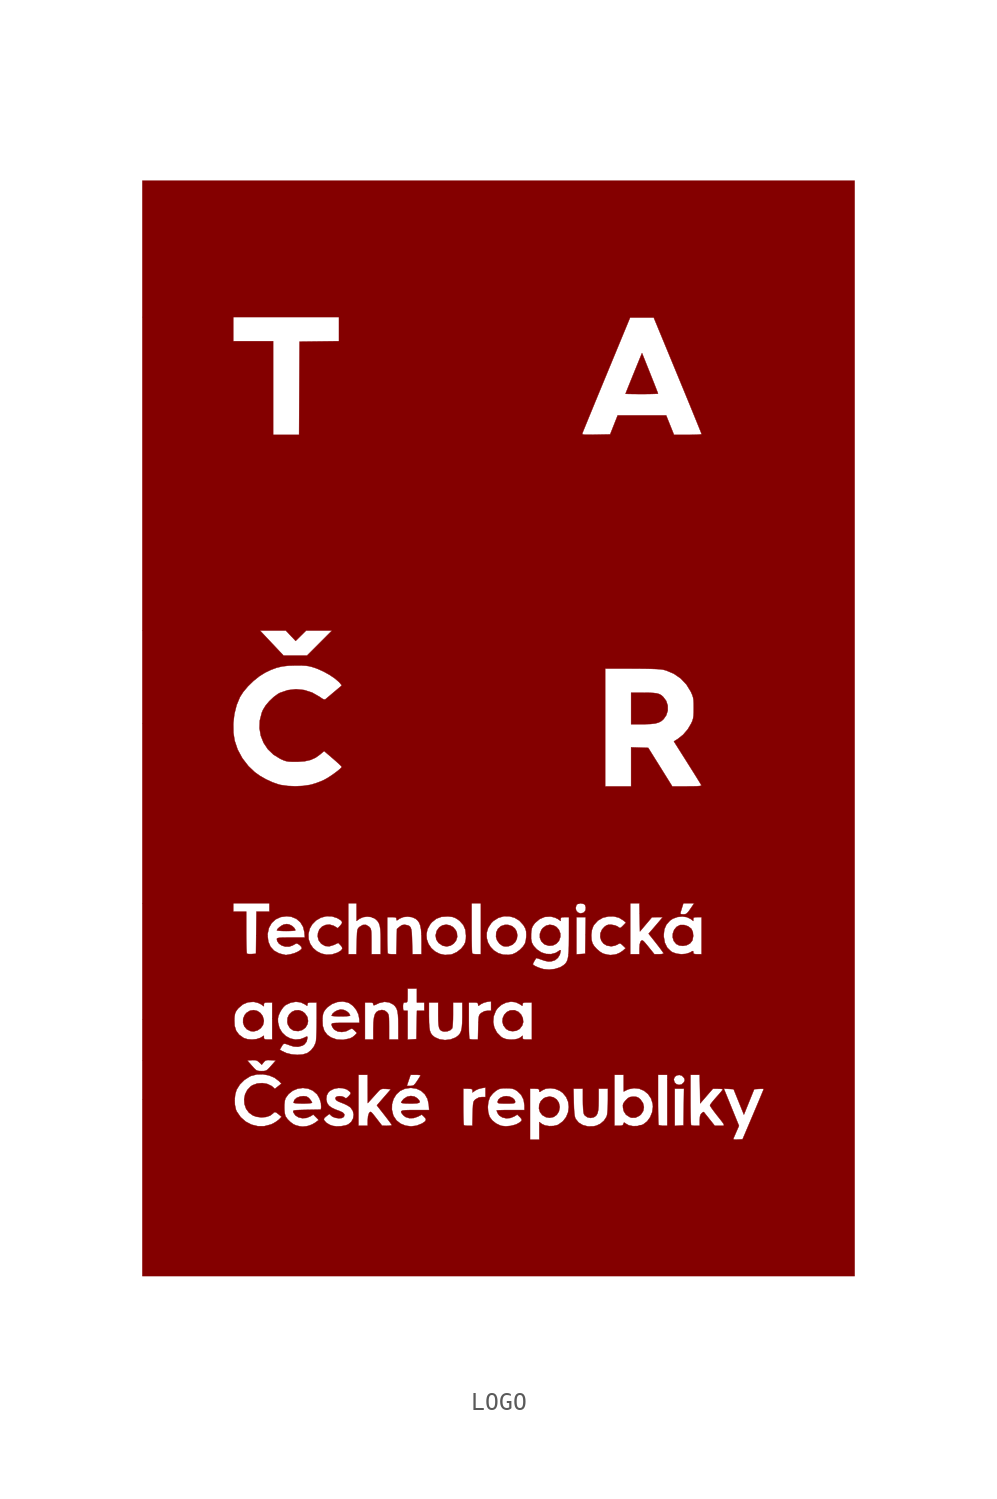
<source format=kicad_sym>
(kicad_symbol_lib
  (version 20210619)
  (generator bitmap2component)
  (symbol "LOGO"
    (pin_names
      (offset 1.016))
    (property "Reference" "#G"
      (at 0 30.189 0)
      (effects (font (size 1.27 1.27)) hide))
    (symbol "LOGO_0_0"
      (polyline (pts (xy 20.028 30.824) (xy -20.028 30.824) (xy -20.028 23.157) (xy -14.917 23.157) (xy -8.971 23.157) (xy -8.971 21.803) (xy -10.079 21.789) (xy -11.188 21.775) (xy -11.201 19.154) (xy -11.214 16.588) (xy 4.711 16.588) (xy 4.716 16.623) (xy 4.723 16.64) (xy 4.764 16.744) (xy 4.841 16.932) (xy 4.949 17.196) (xy 5.085 17.529) (xy 5.247 17.921) (xy 5.429 18.365) (xy 5.63 18.852) (xy 5.846 19.374) (xy 6.073 19.924) (xy 7.4 23.131) (xy 8.73 23.131) (xy 10.076 19.874) (xy 10.2 19.573) (xy 10.422 19.036) (xy 10.63 18.53) (xy 10.821 18.066) (xy 10.991 17.649) (xy 11.137 17.29) (xy 11.257 16.994) (xy 11.347 16.772) (xy 11.403 16.629) (xy 11.422 16.575) (xy 11.41 16.568) (xy 11.317 16.554) (xy 11.147 16.543) (xy 10.917 16.536) (xy 10.646 16.534) (xy 9.869 16.534) (xy 9.649 17.081) (xy 9.429 17.629) (xy 8.065 17.628) (xy 6.702 17.628) (xy 6.491 17.094) (xy 6.28 16.56) (xy 5.483 16.545) (xy 5.378 16.543) (xy 5.104 16.54) (xy 4.915 16.541) (xy 4.796 16.548) (xy 4.733 16.564) (xy 4.711 16.588) (xy -11.214 16.588) (xy -11.214 16.534) (xy -12.674 16.534) (xy -12.674 21.801) (xy -14.917 21.801) (xy -14.917 23.157) (xy -20.028 23.157) (xy -20.028 5.529) (xy -13.415 5.529) (xy -11.959 5.529) (xy -11.683 5.237) (xy -11.408 4.946) (xy -11.114 5.237) (xy -10.819 5.529) (xy -9.364 5.529) (xy -10.066 4.824) (xy -10.769 4.12) (xy -12.087 4.12) (xy -12.751 4.824) (xy -13.415 5.529) (xy -20.028 5.529) (xy -20.028 0.305) (xy -14.915 0.305) (xy -14.854 0.836) (xy -14.727 1.341) (xy -14.54 1.79) (xy -14.356 2.077) (xy -14.09 2.393) (xy -13.778 2.697) (xy -13.445 2.963) (xy -13.117 3.166) (xy -12.801 3.317) (xy -12.479 3.437) (xy -12.156 3.514) (xy -11.797 3.554) (xy -11.37 3.566) (xy -11.335 3.566) (xy -11.053 3.563) (xy -10.839 3.551) (xy -10.664 3.527) (xy -10.495 3.485) (xy -10.301 3.423) (xy -10.213 3.39) (xy 5.998 3.39) (xy 7.482 3.39) (xy 7.742 3.389) (xy 8.178 3.385) (xy 8.558 3.377) (xy 8.87 3.365) (xy 9.102 3.35) (xy 9.242 3.332) (xy 9.428 3.284) (xy 9.86 3.102) (xy 10.245 2.837) (xy 10.566 2.499) (xy 10.81 2.103) (xy 10.833 2.055) (xy 10.9 1.9) (xy 10.943 1.766) (xy 10.967 1.621) (xy 10.977 1.434) (xy 10.979 1.173) (xy 10.977 0.932) (xy 10.967 0.734) (xy 10.944 0.583) (xy 10.904 0.451) (xy 10.841 0.307) (xy 10.646 -0.024) (xy 10.381 -0.332) (xy 10.082 -0.569) (xy 9.864 -0.705) (xy 10.623 -1.904) (xy 10.628 -1.913) (xy 10.829 -2.232) (xy 11.012 -2.522) (xy 11.168 -2.773) (xy 11.291 -2.973) (xy 11.374 -3.109) (xy 11.408 -3.168) (xy 11.409 -3.173) (xy 11.387 -3.197) (xy 11.308 -3.215) (xy 11.158 -3.226) (xy 10.927 -3.232) (xy 10.602 -3.234) (xy 9.771 -3.234) (xy 9.096 -2.151) (xy 8.42 -1.069) (xy 7.458 -1.039) (xy 7.458 -3.234) (xy 5.998 -3.234) (xy 5.998 3.39) (xy -10.213 3.39) (xy -10.176 3.377) (xy -9.833 3.222) (xy -9.497 3.035) (xy -9.201 2.834) (xy -8.974 2.639) (xy -8.912 2.571) (xy -8.838 2.478) (xy -8.818 2.433) (xy -8.839 2.416) (xy -8.926 2.342) (xy -9.063 2.227) (xy -9.232 2.085) (xy -9.331 2.002) (xy -9.499 1.86) (xy -9.633 1.747) (xy -9.709 1.683) (xy -9.752 1.654) (xy -9.816 1.652) (xy -9.911 1.698) (xy -10.062 1.801) (xy -10.069 1.807) (xy -10.486 2.043) (xy -10.93 2.184) (xy -11.388 2.23) (xy -11.847 2.177) (xy -12.29 2.026) (xy -12.404 1.964) (xy -12.648 1.784) (xy -12.89 1.555) (xy -13.098 1.307) (xy -13.242 1.071) (xy -13.31 0.911) (xy -13.422 0.473) (xy -13.439 0.035) (xy -13.367 -0.389) (xy -13.208 -0.787) (xy -12.969 -1.145) (xy -12.654 -1.449) (xy -12.267 -1.686) (xy -12.256 -1.691) (xy -12.091 -1.765) (xy -11.953 -1.812) (xy -11.808 -1.838) (xy -11.625 -1.848) (xy -11.37 -1.85) (xy -11.286 -1.849) (xy -10.891 -1.82) (xy -10.565 -1.746) (xy -10.284 -1.619) (xy -10.024 -1.431) (xy -9.808 -1.246) (xy -9.311 -1.671) (xy -9.292 -1.687) (xy -9.106 -1.85) (xy -8.954 -1.989) (xy -8.852 -2.09) (xy -8.814 -2.139) (xy -8.831 -2.171) (xy -8.917 -2.258) (xy -9.059 -2.376) (xy -9.239 -2.511) (xy -9.435 -2.647) (xy -9.628 -2.77) (xy -9.798 -2.865) (xy -10.003 -2.957) (xy -10.271 -3.057) (xy -10.523 -3.133) (xy -10.601 -3.151) (xy -10.991 -3.209) (xy -11.426 -3.229) (xy -11.862 -3.21) (xy -12.257 -3.153) (xy -12.37 -3.124) (xy -12.712 -3.005) (xy -13.075 -2.837) (xy -13.42 -2.641) (xy -13.708 -2.434) (xy -14.065 -2.094) (xy -14.407 -1.651) (xy -14.669 -1.168) (xy -14.838 -0.665) (xy -14.907 -0.22) (xy -14.915 0.305) (xy -20.028 0.305) (xy -20.028 -9.805) (xy -14.917 -9.805) (xy -12.883 -9.805) (xy -8.449 -9.805) (xy -7.98 -9.805) (xy -1.512 -9.805) (xy -0.991 -9.805) (xy 7.406 -9.805) (xy 7.925 -9.805) (xy 7.936 -10.397) (xy 10.223 -10.397) (xy 10.23 -10.358) (xy 10.262 -10.242) (xy 10.31 -10.084) (xy 10.398 -9.805) (xy 11.009 -9.805) (xy 10.796 -10.118) (xy 10.783 -10.138) (xy 10.67 -10.295) (xy 10.585 -10.383) (xy 10.504 -10.422) (xy 10.403 -10.431) (xy 10.381 -10.431) (xy 10.268 -10.42) (xy 10.223 -10.397) (xy 7.936 -10.397) (xy 7.954 -11.393) (xy 8.632 -10.591) (xy 9.239 -10.588) (xy 9.092 -10.763) (xy 8.989 -10.884) (xy 8.844 -11.054) (xy 8.694 -11.229) (xy 8.443 -11.519) (xy 8.502 -11.594) (xy 9.29 -11.594) (xy 9.326 -11.272) (xy 9.444 -11.004) (xy 9.649 -10.778) (xy 9.806 -10.674) (xy 10.066 -10.58) (xy 10.342 -10.551) (xy 10.603 -10.59) (xy 10.819 -10.698) (xy 10.953 -10.804) (xy 10.953 -10.696) (xy 10.953 -10.684) (xy 10.972 -10.622) (xy 11.041 -10.594) (xy 11.188 -10.588) (xy 11.422 -10.588) (xy 11.422 -12.674) (xy 11.173 -12.674) (xy 11.033 -12.666) (xy 10.968 -12.635) (xy 10.953 -12.57) (xy 10.953 -12.54) (xy 10.941 -12.496) (xy 10.894 -12.506) (xy 10.783 -12.57) (xy 10.758 -12.584) (xy 10.543 -12.654) (xy 10.283 -12.674) (xy 10.019 -12.644) (xy 9.792 -12.566) (xy 9.702 -12.512) (xy 9.49 -12.305) (xy 9.353 -12.028) (xy 9.293 -11.684) (xy 9.29 -11.594) (xy 8.502 -11.594) (xy 8.863 -12.05) (xy 8.89 -12.085) (xy 9.044 -12.284) (xy 9.169 -12.452) (xy 9.253 -12.572) (xy 9.284 -12.628) (xy 9.267 -12.644) (xy 9.173 -12.666) (xy 9.025 -12.674) (xy 8.766 -12.674) (xy 8.431 -12.259) (xy 8.392 -12.21) (xy 8.253 -12.042) (xy 8.16 -11.941) (xy 8.098 -11.898) (xy 8.054 -11.9) (xy 8.012 -11.937) (xy 7.986 -11.974) (xy 7.942 -12.12) (xy 7.928 -12.352) (xy 7.928 -12.674) (xy 7.406 -12.674) (xy 7.406 -9.805) (xy -0.991 -9.805) (xy -0.991 -10.076) (xy 4.337 -10.076) (xy 4.383 -9.906) (xy 4.46 -9.839) (xy 4.597 -9.806) (xy 4.742 -9.82) (xy 4.851 -9.884) (xy 4.867 -9.906) (xy 4.912 -10.048) (xy 4.895 -10.199) (xy 4.821 -10.31) (xy 4.758 -10.347) (xy 4.602 -10.378) (xy 4.467 -10.33) (xy 4.371 -10.224) (xy 4.337 -10.076) (xy -0.991 -10.076) (xy -0.991 -11.748) (xy -0.666 -11.748) (xy -0.664 -11.467) (xy -0.58 -11.186) (xy -0.403 -10.918) (xy -0.282 -10.799) (xy -0.009 -10.628) (xy 0.292 -10.541) (xy 0.602 -10.539) (xy 0.902 -10.62) (xy 1.173 -10.783) (xy 1.395 -11.027) (xy 1.422 -11.068) (xy 1.512 -11.229) (xy 1.554 -11.384) (xy 1.565 -11.586) (xy 1.559 -11.717) (xy 1.547 -11.81) (xy 1.833 -11.81) (xy 1.834 -11.53) (xy 1.844 -11.394) (xy 1.871 -11.225) (xy 1.923 -11.097) (xy 2.013 -10.969) (xy 2.064 -10.908) (xy 2.316 -10.695) (xy 2.601 -10.575) (xy 2.907 -10.554) (xy 2.957 -10.56) (xy 3.171 -10.612) (xy 3.338 -10.692) (xy 3.494 -10.803) (xy 3.494 -10.695) (xy 3.495 -10.684) (xy 3.514 -10.622) (xy 3.583 -10.594) (xy 3.729 -10.588) (xy 3.964 -10.588) (xy 3.963 -11.696) (xy 3.963 -11.772) (xy 3.959 -12.185) (xy 3.948 -12.51) (xy 3.934 -12.68) (xy 4.381 -12.68) (xy 4.381 -10.588) (xy 4.905 -10.588) (xy 4.891 -11.589) (xy 5.216 -11.589) (xy 5.251 -11.314) (xy 5.334 -11.085) (xy 5.375 -11.019) (xy 5.594 -10.779) (xy 5.875 -10.618) (xy 6.201 -10.546) (xy 6.497 -10.549) (xy 6.774 -10.619) (xy 7.015 -10.767) (xy 7.171 -10.894) (xy 7.004 -11.064) (xy 6.932 -11.135) (xy 6.856 -11.194) (xy 6.8 -11.192) (xy 6.731 -11.138) (xy 6.697 -11.113) (xy 6.553 -11.053) (xy 6.374 -11.018) (xy 6.369 -11.017) (xy 6.2 -11.012) (xy 6.081 -11.046) (xy 5.96 -11.131) (xy 5.822 -11.285) (xy 5.732 -11.494) (xy 5.721 -11.709) (xy 5.782 -11.909) (xy 5.908 -12.076) (xy 6.093 -12.188) (xy 6.33 -12.226) (xy 6.366 -12.224) (xy 6.546 -12.19) (xy 6.694 -12.127) (xy 6.748 -12.092) (xy 6.823 -12.063) (xy 6.892 -12.091) (xy 6.995 -12.184) (xy 7.152 -12.335) (xy 6.995 -12.475) (xy 6.982 -12.486) (xy 6.816 -12.595) (xy 6.64 -12.67) (xy 6.509 -12.7) (xy 6.293 -12.721) (xy 6.128 -12.7) (xy 6.056 -12.681) (xy 5.931 -12.651) (xy 5.871 -12.631) (xy 5.707 -12.533) (xy 5.534 -12.386) (xy 5.383 -12.22) (xy 5.286 -12.063) (xy 5.232 -11.866) (xy 5.216 -11.589) (xy 4.891 -11.589) (xy 4.891 -11.618) (xy 4.877 -12.648) (xy 4.629 -12.664) (xy 4.381 -12.68) (xy 3.934 -12.68) (xy 3.927 -12.761) (xy 3.891 -12.95) (xy 3.838 -13.092) (xy 3.763 -13.201) (xy 3.664 -13.289) (xy 3.537 -13.371) (xy 3.454 -13.414) (xy 3.168 -13.504) (xy 2.849 -13.54) (xy 2.544 -13.514) (xy 2.43 -13.485) (xy 2.254 -13.425) (xy 2.093 -13.355) (xy 1.975 -13.289) (xy 1.93 -13.238) (xy 1.952 -13.174) (xy 2.02 -13.047) (xy 2.119 -12.89) (xy 2.156 -12.894) (xy 2.267 -12.927) (xy 2.424 -12.982) (xy 2.598 -13.041) (xy 2.801 -13.084) (xy 2.975 -13.074) (xy 3.159 -13.015) (xy 3.185 -13.003) (xy 3.339 -12.875) (xy 3.451 -12.69) (xy 3.494 -12.489) (xy 3.489 -12.449) (xy 3.451 -12.447) (xy 3.359 -12.512) (xy 3.22 -12.597) (xy 2.961 -12.668) (xy 2.681 -12.659) (xy 2.407 -12.572) (xy 2.165 -12.408) (xy 2.142 -12.386) (xy 1.974 -12.204) (xy 1.876 -12.023) (xy 1.833 -11.81) (xy 1.547 -11.81) (xy 1.534 -11.915) (xy 1.494 -12.063) (xy 1.383 -12.241) (xy 1.204 -12.425) (xy 0.998 -12.578) (xy 0.799 -12.67) (xy 0.584 -12.711) (xy 0.27 -12.701) (xy -0.013 -12.614) (xy -0.258 -12.462) (xy -0.454 -12.258) (xy -0.593 -12.016) (xy -0.666 -11.748) (xy -0.991 -11.748) (xy -0.991 -12.674) (xy -1.217 -12.674) (xy -1.275 -12.673) (xy -1.408 -12.661) (xy -1.478 -12.639) (xy -1.487 -12.579) (xy -1.495 -12.43) (xy -1.502 -12.203) (xy -1.508 -11.914) (xy -1.511 -11.577) (xy -1.512 -11.205) (xy -1.512 -9.805) (xy -7.98 -9.805) (xy -7.98 -10.799) (xy -7.819 -10.681) (xy -7.623 -10.59) (xy -7.385 -10.557) (xy -7.148 -10.583) (xy -7.138 -10.588) (xy -6.259 -10.588) (xy -5.998 -10.588) (xy -5.934 -10.588) (xy -5.808 -10.598) (xy -5.75 -10.63) (xy -5.737 -10.694) (xy -5.737 -10.721) (xy -5.726 -10.767) (xy -5.681 -10.755) (xy -5.577 -10.681) (xy -5.561 -10.67) (xy -5.356 -10.584) (xy -5.109 -10.557) (xy -4.863 -10.589) (xy -4.66 -10.679) (xy -4.559 -10.764) (xy -4.465 -10.89) (xy -4.399 -11.055) (xy -4.357 -11.274) (xy -4.337 -11.552) (xy -4.054 -11.552) (xy -3.993 -11.265) (xy -3.839 -10.987) (xy -3.746 -10.876) (xy -3.498 -10.677) (xy -3.205 -10.569) (xy -2.858 -10.547) (xy -2.789 -10.551) (xy -2.59 -10.576) (xy -2.438 -10.629) (xy -2.284 -10.722) (xy -2.177 -10.805) (xy -1.977 -11.03) (xy -1.863 -11.3) (xy -1.827 -11.631) (xy -1.834 -11.827) (xy -1.87 -12.008) (xy -1.943 -12.163) (xy -2.097 -12.359) (xy -2.339 -12.553) (xy -2.606 -12.674) (xy -2.694 -12.695) (xy -3.013 -12.716) (xy -3.307 -12.653) (xy -3.565 -12.521) (xy -3.778 -12.331) (xy -3.937 -12.098) (xy -4.032 -11.834) (xy -4.054 -11.552) (xy -4.337 -11.552) (xy -4.335 -11.566) (xy -4.329 -11.945) (xy -4.329 -12.674) (xy -4.843 -12.674) (xy -4.86 -11.945) (xy -4.865 -11.748) (xy -4.878 -11.481) (xy -4.902 -11.294) (xy -4.942 -11.17) (xy -5.004 -11.094) (xy -5.096 -11.051) (xy -5.223 -11.024) (xy -5.292 -11.016) (xy -5.426 -11.036) (xy -5.559 -11.125) (xy -5.711 -11.256) (xy -5.728 -11.965) (xy -5.745 -12.674) (xy -5.967 -12.674) (xy -6.022 -12.673) (xy -6.154 -12.661) (xy -6.224 -12.639) (xy -6.225 -12.638) (xy -6.236 -12.569) (xy -6.245 -12.413) (xy -6.252 -12.188) (xy -6.257 -11.91) (xy -6.259 -11.596) (xy -6.259 -10.588) (xy -7.138 -10.588) (xy -6.954 -10.67) (xy -6.925 -10.691) (xy -6.814 -10.793) (xy -6.733 -10.912) (xy -6.678 -11.065) (xy -6.645 -11.27) (xy -6.628 -11.544) (xy -6.624 -11.905) (xy -6.624 -12.674) (xy -7.145 -12.674) (xy -7.145 -11.93) (xy -7.147 -11.656) (xy -7.152 -11.464) (xy -7.164 -11.335) (xy -7.186 -11.25) (xy -7.222 -11.189) (xy -7.273 -11.133) (xy -7.283 -11.123) (xy -7.449 -11.023) (xy -7.626 -11.025) (xy -7.808 -11.131) (xy -7.829 -11.149) (xy -7.881 -11.201) (xy -7.917 -11.261) (xy -7.94 -11.348) (xy -7.955 -11.482) (xy -7.963 -11.681) (xy -7.971 -11.965) (xy -7.988 -12.674) (xy -8.449 -12.674) (xy -8.449 -9.805) (xy -12.883 -9.805) (xy -12.883 -10.275) (xy -13.611 -10.275) (xy -13.625 -11.461) (xy -13.627 -11.619) (xy -12.986 -11.619) (xy -12.982 -11.521) (xy -12.911 -11.193) (xy -12.758 -10.921) (xy -12.533 -10.713) (xy -12.247 -10.582) (xy -11.91 -10.536) (xy -11.651 -10.566) (xy -11.367 -10.682) (xy -11.141 -10.877) (xy -10.985 -11.137) (xy -10.911 -11.451) (xy -10.905 -11.533) (xy -10.691 -11.533) (xy -10.611 -11.225) (xy -10.477 -10.992) (xy -10.255 -10.769) (xy -9.985 -10.615) (xy -9.685 -10.536) (xy -9.378 -10.54) (xy -9.083 -10.636) (xy -9.036 -10.66) (xy -8.871 -10.762) (xy -8.797 -10.852) (xy -8.807 -10.945) (xy -8.893 -11.058) (xy -9.04 -11.211) (xy -9.218 -11.102) (xy -9.268 -11.074) (xy -9.494 -11.008) (xy -9.719 -11.027) (xy -9.919 -11.119) (xy -10.071 -11.276) (xy -10.152 -11.487) (xy -10.166 -11.67) (xy -10.119 -11.879) (xy -9.987 -12.06) (xy -9.953 -12.092) (xy -9.746 -12.211) (xy -9.51 -12.229) (xy -9.249 -12.148) (xy -9.013 -12.034) (xy -8.88 -12.167) (xy -8.804 -12.261) (xy -8.783 -12.367) (xy -8.854 -12.465) (xy -9.024 -12.57) (xy -9.051 -12.584) (xy -9.363 -12.686) (xy -9.67 -12.701) (xy -9.957 -12.639) (xy -10.214 -12.51) (xy -10.429 -12.324) (xy -10.588 -12.092) (xy -10.679 -11.825) (xy -10.691 -11.533) (xy -10.905 -11.533) (xy -10.888 -11.735) (xy -11.677 -11.735) (xy -11.913 -11.736) (xy -12.151 -11.739) (xy -12.311 -11.748) (xy -12.406 -11.763) (xy -12.453 -11.785) (xy -12.465 -11.817) (xy -12.445 -11.929) (xy -12.345 -12.077) (xy -12.183 -12.186) (xy -11.985 -12.246) (xy -11.776 -12.247) (xy -11.579 -12.18) (xy -11.475 -12.121) (xy -11.38 -12.07) (xy -11.372 -12.066) (xy -11.288 -12.087) (xy -11.184 -12.157) (xy -11.095 -12.248) (xy -11.057 -12.331) (xy -11.069 -12.366) (xy -11.154 -12.452) (xy -11.302 -12.541) (xy -11.486 -12.62) (xy -11.679 -12.673) (xy -11.792 -12.694) (xy -11.914 -12.714) (xy -11.964 -12.72) (xy -11.966 -12.719) (xy -12.031 -12.703) (xy -12.152 -12.677) (xy -12.342 -12.625) (xy -12.62 -12.475) (xy -12.822 -12.254) (xy -12.945 -11.968) (xy -12.986 -11.619) (xy -13.627 -11.619) (xy -13.639 -12.648) (xy -13.876 -12.663) (xy -13.944 -12.666) (xy -14.079 -12.661) (xy -14.149 -12.642) (xy -14.155 -12.625) (xy -14.165 -12.52) (xy -14.174 -12.334) (xy -14.18 -12.082) (xy -14.185 -11.778) (xy -14.187 -11.44) (xy -14.187 -10.275) (xy -14.917 -10.275) (xy -14.917 -9.805) (xy -20.028 -9.805) (xy -20.028 -16.346) (xy -14.856 -16.346) (xy -14.844 -16.169) (xy -14.816 -16.012) (xy -14.765 -15.891) (xy -14.678 -15.768) (xy -14.626 -15.706) (xy -14.374 -15.493) (xy -14.089 -15.374) (xy -13.783 -15.352) (xy -13.733 -15.358) (xy -13.519 -15.41) (xy -13.352 -15.49) (xy -13.195 -15.602) (xy -13.195 -15.494) (xy -13.195 -15.482) (xy -13.176 -15.421) (xy -13.107 -15.393) (xy -12.961 -15.386) (xy -12.726 -15.386) (xy -12.726 -16.29) (xy -12.405 -16.29) (xy -12.372 -16.133) (xy -12.291 -15.947) (xy -12.227 -15.83) (xy -12.115 -15.669) (xy -12.011 -15.562) (xy -11.95 -15.52) (xy -11.68 -15.395) (xy -11.396 -15.347) (xy -11.125 -15.378) (xy -10.893 -15.488) (xy -10.861 -15.511) (xy -10.779 -15.566) (xy -10.749 -15.559) (xy -10.744 -15.492) (xy -10.743 -15.466) (xy -10.718 -15.415) (xy -10.64 -15.391) (xy -10.483 -15.386) (xy -10.223 -15.386) (xy -10.223 -16.347) (xy -9.901 -16.347) (xy -9.889 -16.168) (xy -9.861 -16.012) (xy -9.81 -15.891) (xy -9.723 -15.768) (xy -9.622 -15.657) (xy -9.363 -15.473) (xy -9.068 -15.361) (xy -8.76 -15.331) (xy -8.482 -15.386) (xy -7.511 -15.386) (xy -7.276 -15.386) (xy -7.131 -15.393) (xy -7.059 -15.422) (xy -7.041 -15.482) (xy -7.037 -15.526) (xy -7.007 -15.545) (xy -6.929 -15.521) (xy -6.781 -15.45) (xy -6.7 -15.414) (xy -6.419 -15.351) (xy -6.152 -15.38) (xy -5.917 -15.502) (xy -5.91 -15.508) (xy -5.809 -15.604) (xy -5.798 -15.621) (xy -5.372 -15.621) (xy -5.372 -15.557) (xy -5.36 -15.444) (xy -5.322 -15.396) (xy -5.242 -15.386) (xy -5.196 -15.385) (xy -5.148 -15.367) (xy -5.123 -15.31) (xy -5.113 -15.194) (xy -5.111 -14.995) (xy -5.111 -14.604) (xy -4.59 -14.604) (xy -4.59 -15.386) (xy -4.173 -15.386) (xy -3.912 -15.386) (xy -3.39 -15.386) (xy -3.39 -16.091) (xy -3.386 -16.416) (xy -3.37 -16.654) (xy -3.338 -16.817) (xy -3.284 -16.922) (xy -3.206 -16.984) (xy -3.096 -17.017) (xy -3.056 -17.023) (xy -2.875 -17.009) (xy -2.711 -16.944) (xy -2.607 -16.844) (xy -2.604 -16.838) (xy -2.585 -16.74) (xy -2.57 -16.563) (xy -2.559 -16.331) (xy -2.556 -16.067) (xy -2.556 -15.386) (xy -2.034 -15.386) (xy -1.669 -15.386) (xy -1.408 -15.386) (xy -1.344 -15.386) (xy -1.218 -15.397) (xy -1.161 -15.428) (xy -1.147 -15.492) (xy -1.147 -15.514) (xy -1.139 -15.566) (xy -1.098 -15.558) (xy -0.999 -15.488) (xy -0.977 -15.473) (xy -0.814 -15.396) (xy -0.634 -15.349) (xy -0.417 -15.32) (xy -0.417 -15.855) (xy -0.623 -15.855) (xy -0.785 -15.876) (xy -0.975 -15.981) (xy -0.987 -15.992) (xy -1.043 -16.045) (xy -1.082 -16.104) (xy -1.106 -16.188) (xy -1.121 -16.317) (xy -1.13 -16.489) (xy -0.299 -16.489) (xy -0.272 -16.168) (xy -0.15 -15.854) (xy -0.041 -15.7) (xy 0.175 -15.512) (xy 0.431 -15.391) (xy 0.703 -15.342) (xy 0.97 -15.373) (xy 1.208 -15.488) (xy 1.239 -15.511) (xy 1.321 -15.566) (xy 1.352 -15.559) (xy 1.356 -15.492) (xy 1.357 -15.466) (xy 1.383 -15.415) (xy 1.461 -15.391) (xy 1.617 -15.386) (xy 1.878 -15.386) (xy 1.878 -17.472) (xy 1.617 -17.472) (xy 1.548 -17.472) (xy 1.424 -17.461) (xy 1.369 -17.429) (xy 1.356 -17.364) (xy 1.356 -17.256) (xy 1.219 -17.364) (xy 1.092 -17.427) (xy 0.881 -17.47) (xy 0.642 -17.476) (xy 0.413 -17.444) (xy 0.233 -17.375) (xy 0.139 -17.311) (xy -0.089 -17.08) (xy -0.236 -16.799) (xy -0.299 -16.489) (xy -1.13 -16.489) (xy -1.131 -16.511) (xy -1.139 -16.79) (xy -1.156 -17.472) (xy -1.378 -17.472) (xy -1.432 -17.471) (xy -1.565 -17.459) (xy -1.634 -17.438) (xy -1.635 -17.436) (xy -1.646 -17.367) (xy -1.655 -17.212) (xy -1.663 -16.987) (xy -1.667 -16.709) (xy -1.669 -16.394) (xy -1.669 -15.386) (xy -2.034 -15.386) (xy -2.034 -16.118) (xy -2.034 -16.215) (xy -2.042 -16.551) (xy -2.062 -16.804) (xy -2.102 -16.992) (xy -2.165 -17.132) (xy -2.257 -17.24) (xy -2.382 -17.336) (xy -2.426 -17.363) (xy -2.703 -17.469) (xy -3.009 -17.502) (xy -3.311 -17.461) (xy -3.574 -17.346) (xy -3.61 -17.322) (xy -3.722 -17.228) (xy -3.804 -17.117) (xy -3.858 -16.972) (xy -3.891 -16.775) (xy -3.907 -16.508) (xy -3.912 -16.155) (xy -3.912 -15.386) (xy -4.173 -15.386) (xy -4.173 -15.855) (xy -4.587 -15.855) (xy -4.616 -17.446) (xy -4.864 -17.462) (xy -5.111 -17.478) (xy -5.111 -15.855) (xy -5.242 -15.855) (xy -5.277 -15.854) (xy -5.34 -15.834) (xy -5.367 -15.765) (xy -5.372 -15.621) (xy -5.798 -15.621) (xy -5.735 -15.72) (xy -5.684 -15.872) (xy -5.653 -16.077) (xy -5.637 -16.352) (xy -5.633 -16.714) (xy -5.633 -17.472) (xy -6.154 -17.472) (xy -6.154 -16.728) (xy -6.156 -16.454) (xy -6.161 -16.262) (xy -6.173 -16.134) (xy -6.196 -16.049) (xy -6.231 -15.988) (xy -6.282 -15.931) (xy -6.401 -15.841) (xy -6.557 -15.807) (xy -6.753 -15.855) (xy -6.758 -15.857) (xy -6.869 -15.929) (xy -6.95 -16.054) (xy -7.003 -16.244) (xy -7.032 -16.512) (xy -7.041 -16.871) (xy -7.041 -17.472) (xy -7.511 -17.472) (xy -7.511 -15.386) (xy -8.482 -15.386) (xy -8.466 -15.389) (xy -8.402 -15.418) (xy -8.18 -15.578) (xy -7.997 -15.804) (xy -7.872 -16.067) (xy -7.825 -16.338) (xy -7.823 -16.534) (xy -8.718 -16.534) (xy -8.987 -16.535) (xy -9.173 -16.54) (xy -9.29 -16.55) (xy -9.355 -16.568) (xy -9.382 -16.596) (xy -9.388 -16.635) (xy -9.388 -16.641) (xy -9.351 -16.752) (xy -9.269 -16.875) (xy -9.223 -16.921) (xy -9.035 -17.02) (xy -8.806 -17.048) (xy -8.563 -17.003) (xy -8.332 -16.886) (xy -8.274 -16.857) (xy -8.202 -16.874) (xy -8.1 -16.963) (xy -7.959 -17.104) (xy -8.082 -17.235) (xy -8.212 -17.339) (xy -8.366 -17.414) (xy -8.739 -17.489) (xy -9.091 -17.471) (xy -9.414 -17.357) (xy -9.627 -17.208) (xy -9.795 -16.986) (xy -9.885 -16.701) (xy -9.901 -16.347) (xy -10.223 -16.347) (xy -10.223 -16.416) (xy -10.223 -16.434) (xy -10.226 -16.765) (xy -10.234 -17.07) (xy -10.245 -17.331) (xy -10.26 -17.528) (xy -10.277 -17.64) (xy -10.376 -17.861) (xy -10.544 -18.077) (xy -10.746 -18.229) (xy -10.766 -18.239) (xy -11.015 -18.313) (xy -11.316 -18.334) (xy -11.635 -18.306) (xy -11.936 -18.231) (xy -12.188 -18.113) (xy -12.301 -18.039) (xy -12.193 -17.856) (xy -12.142 -17.773) (xy -12.088 -17.717) (xy -12.015 -17.705) (xy -11.898 -17.736) (xy -11.709 -17.806) (xy -11.516 -17.864) (xy -11.271 -17.879) (xy -11.029 -17.814) (xy -10.919 -17.749) (xy -10.79 -17.585) (xy -10.744 -17.37) (xy -10.745 -17.341) (xy -10.76 -17.304) (xy -10.816 -17.314) (xy -10.938 -17.374) (xy -11.133 -17.447) (xy -11.421 -17.474) (xy -11.701 -17.416) (xy -11.955 -17.281) (xy -12.167 -17.08) (xy -12.32 -16.823) (xy -12.397 -16.52) (xy -12.401 -16.474) (xy -12.405 -16.29) (xy -12.726 -16.29) (xy -12.726 -17.472) (xy -12.961 -17.472) (xy -12.988 -17.472) (xy -13.121 -17.463) (xy -13.181 -17.431) (xy -13.195 -17.364) (xy -13.195 -17.255) (xy -13.371 -17.364) (xy -13.401 -17.38) (xy -13.609 -17.448) (xy -13.861 -17.473) (xy -14.112 -17.454) (xy -14.317 -17.39) (xy -14.341 -17.377) (xy -14.59 -17.199) (xy -14.755 -16.976) (xy -14.841 -16.696) (xy -14.856 -16.346) (xy -20.028 -16.346) (xy -20.028 -18.646) (xy -14.131 -18.646) (xy -13.865 -18.63) (xy -13.833 -18.628) (xy -13.671 -18.631) (xy -13.56 -18.667) (xy -13.456 -18.751) (xy -13.313 -18.887) (xy -13.205 -18.751) (xy -13.164 -18.702) (xy -13.088 -18.646) (xy -12.982 -18.626) (xy -12.809 -18.63) (xy -12.521 -18.646) (xy -12.784 -18.946) (xy -12.884 -19.058) (xy -12.991 -19.165) (xy -13.08 -19.221) (xy -13.182 -19.242) (xy -13.326 -19.246) (xy -13.431 -19.244) (xy -13.543 -19.23) (xy -13.633 -19.187) (xy -13.731 -19.098) (xy -13.868 -18.946) (xy -14.131 -18.646) (xy -20.028 -18.646) (xy -20.028 -20.841) (xy -14.837 -20.841) (xy -14.804 -20.542) (xy -14.726 -20.285) (xy -14.725 -20.285) (xy -14.545 -19.998) (xy -14.289 -19.743) (xy -13.985 -19.548) (xy -13.914 -19.517) (xy -13.592 -19.434) (xy -13.246 -19.426) (xy -13.092 -19.454) (xy -7.876 -19.454) (xy -7.354 -19.454) (xy -7.353 -20.08) (xy -5.157 -20.08) (xy -5.051 -19.767) (xy -4.945 -19.454) (xy -4.663 -19.454) (xy 6.519 -19.454) (xy 7.041 -19.454) (xy 8.971 -19.454) (xy 9.492 -19.454) (xy 10.796 -19.454) (xy 11.315 -19.454) (xy 11.329 -20.231) (xy 12.67 -20.231) (xy 12.946 -20.247) (xy 13.222 -20.263) (xy 13.511 -20.979) (xy 13.801 -21.695) (xy 14.379 -20.263) (xy 14.648 -20.247) (xy 14.749 -20.242) (xy 14.87 -20.243) (xy 14.917 -20.253) (xy 14.915 -20.258) (xy 14.885 -20.334) (xy 14.821 -20.489) (xy 14.728 -20.714) (xy 14.61 -20.995) (xy 14.473 -21.32) (xy 14.322 -21.677) (xy 13.727 -23.079) (xy 13.454 -23.095) (xy 13.297 -23.099) (xy 13.218 -23.083) (xy 13.209 -23.043) (xy 13.242 -22.966) (xy 13.303 -22.824) (xy 13.38 -22.648) (xy 13.523 -22.322) (xy 13.167 -21.449) (xy 13.068 -21.204) (xy 12.955 -20.927) (xy 12.857 -20.688) (xy 12.784 -20.507) (xy 12.741 -20.403) (xy 12.67 -20.231) (xy 11.329 -20.231) (xy 11.33 -20.257) (xy 11.344 -21.061) (xy 11.701 -20.648) (xy 12.057 -20.236) (xy 12.34 -20.236) (xy 12.453 -20.239) (xy 12.575 -20.251) (xy 12.622 -20.269) (xy 12.604 -20.299) (xy 12.528 -20.394) (xy 12.408 -20.536) (xy 12.257 -20.706) (xy 12.145 -20.833) (xy 12.014 -20.991) (xy 11.925 -21.11) (xy 11.892 -21.172) (xy 11.919 -21.23) (xy 12.001 -21.352) (xy 12.123 -21.519) (xy 12.272 -21.713) (xy 12.298 -21.745) (xy 12.479 -21.973) (xy 12.601 -22.132) (xy 12.667 -22.233) (xy 12.682 -22.291) (xy 12.648 -22.317) (xy 12.569 -22.323) (xy 12.448 -22.323) (xy 12.164 -22.323) (xy 11.862 -21.945) (xy 11.791 -21.855) (xy 11.669 -21.703) (xy 11.582 -21.593) (xy 11.544 -21.545) (xy 11.504 -21.556) (xy 11.422 -21.618) (xy 11.36 -21.7) (xy 11.327 -21.823) (xy 11.318 -22.018) (xy 11.318 -22.323) (xy 11.092 -22.323) (xy 11.034 -22.322) (xy 10.9 -22.309) (xy 10.831 -22.288) (xy 10.831 -22.288) (xy 10.822 -22.228) (xy 10.813 -22.078) (xy 10.806 -21.852) (xy 10.801 -21.563) (xy 10.797 -21.226) (xy 10.796 -20.854) (xy 10.796 -19.454) (xy 9.492 -19.454) (xy 9.492 -19.728) (xy 9.857 -19.728) (xy 9.859 -19.694) (xy 9.917 -19.562) (xy 10.032 -19.483) (xy 10.176 -19.462) (xy 10.317 -19.505) (xy 10.427 -19.618) (xy 10.464 -19.694) (xy 10.471 -19.783) (xy 10.414 -19.892) (xy 10.295 -19.996) (xy 10.149 -20.024) (xy 10.008 -19.983) (xy 9.9 -19.881) (xy 9.857 -19.728) (xy 9.492 -19.728) (xy 9.492 -22.323) (xy 9.266 -22.323) (xy 9.208 -22.322) (xy 9.075 -22.309) (xy 9.006 -22.288) (xy 8.996 -22.228) (xy 8.988 -22.078) (xy 8.981 -21.852) (xy 8.976 -21.563) (xy 8.972 -21.226) (xy 8.971 -20.854) (xy 8.971 -19.454) (xy 7.041 -19.454) (xy 7.041 -20.396) (xy 7.186 -20.321) (xy 7.319 -20.263) (xy 7.62 -20.204) (xy 7.914 -20.235) (xy 8.183 -20.349) (xy 8.411 -20.535) (xy 8.58 -20.785) (xy 8.675 -21.091) (xy 8.686 -21.259) (xy 8.643 -21.558) (xy 8.53 -21.839) (xy 8.359 -22.075) (xy 8.145 -22.239) (xy 8.067 -22.274) (xy 7.848 -22.328) (xy 9.91 -22.328) (xy 9.91 -20.236) (xy 10.433 -20.236) (xy 10.419 -21.267) (xy 10.405 -22.297) (xy 10.157 -22.313) (xy 9.91 -22.328) (xy 7.848 -22.328) (xy 7.82 -22.335) (xy 7.562 -22.342) (xy 7.327 -22.295) (xy 7.15 -22.196) (xy 7.101 -22.154) (xy 7.054 -22.144) (xy 7.027 -22.216) (xy 6.993 -22.281) (xy 6.913 -22.314) (xy 6.759 -22.323) (xy 6.519 -22.323) (xy 6.519 -19.454) (xy -4.663 -19.454) (xy -4.55 -19.456) (xy -4.428 -19.466) (xy -4.381 -19.481) (xy -4.406 -19.532) (xy -4.474 -19.644) (xy -4.571 -19.794) (xy -4.572 -19.796) (xy -4.68 -19.95) (xy -4.763 -20.036) (xy -4.846 -20.072) (xy -4.959 -20.08) (xy -5.157 -20.08) (xy -7.353 -20.08) (xy -7.353 -20.25) (xy -7.351 -21.045) (xy -7.183 -20.861) (xy -7.12 -20.791) (xy -6.966 -20.621) (xy -6.817 -20.454) (xy -6.7 -20.329) (xy -6.608 -20.264) (xy -6.5 -20.242) (xy -6.334 -20.247) (xy -6.049 -20.263) (xy -6.445 -20.718) (xy -6.84 -21.173) (xy -6.65 -21.415) (xy -5.997 -21.415) (xy -5.989 -21.103) (xy -5.902 -20.81) (xy -5.746 -20.555) (xy -5.527 -20.356) (xy -5.252 -20.232) (xy -4.935 -20.188) (xy -4.625 -20.229) (xy -4.609 -20.236) (xy -1.982 -20.236) (xy -1.721 -20.236) (xy -1.657 -20.237) (xy -1.531 -20.247) (xy -1.474 -20.279) (xy -1.46 -20.342) (xy -1.46 -20.448) (xy -1.317 -20.344) (xy -1.291 -20.327) (xy -1.131 -20.253) (xy -0.952 -20.205) (xy -0.73 -20.171) (xy -0.73 -20.706) (xy -0.936 -20.706) (xy -1.098 -20.727) (xy -1.288 -20.832) (xy -1.3 -20.842) (xy -1.356 -20.896) (xy -1.395 -20.955) (xy -1.419 -21.039) (xy -1.434 -21.168) (xy -1.439 -21.266) (xy -0.602 -21.266) (xy -0.572 -20.976) (xy -0.49 -20.732) (xy -0.452 -20.669) (xy -0.317 -20.505) (xy -0.16 -20.367) (xy -0.037 -20.287) (xy 0.083 -20.238) (xy 0.228 -20.215) (xy 0.438 -20.21) (xy 0.603 -20.213) (xy 0.768 -20.232) (xy 0.782 -20.236) (xy 1.773 -20.236) (xy 2.034 -20.236) (xy 2.098 -20.237) (xy 2.224 -20.247) (xy 2.282 -20.279) (xy 2.295 -20.342) (xy 2.295 -20.37) (xy 2.306 -20.416) (xy 2.351 -20.404) (xy 2.454 -20.33) (xy 2.659 -20.235) (xy 2.916 -20.206) (xy 3.129 -20.236) (xy 4.215 -20.236) (xy 4.746 -20.236) (xy 4.746 -20.886) (xy 4.749 -21.116) (xy 4.761 -21.367) (xy 4.781 -21.558) (xy 4.806 -21.667) (xy 4.853 -21.739) (xy 4.998 -21.842) (xy 5.178 -21.881) (xy 5.356 -21.844) (xy 5.425 -21.805) (xy 5.512 -21.725) (xy 5.572 -21.609) (xy 5.608 -21.44) (xy 5.627 -21.201) (xy 5.632 -20.875) (xy 5.633 -20.236) (xy 6.154 -20.236) (xy 6.153 -20.875) (xy 6.149 -21.123) (xy 6.139 -21.378) (xy 6.123 -21.588) (xy 6.104 -21.723) (xy 6.068 -21.828) (xy 5.93 -22.037) (xy 5.729 -22.21) (xy 5.494 -22.319) (xy 5.333 -22.352) (xy 5.024 -22.356) (xy 4.742 -22.283) (xy 4.508 -22.142) (xy 4.34 -21.937) (xy 4.312 -21.874) (xy 4.282 -21.753) (xy 4.26 -21.579) (xy 4.245 -21.336) (xy 4.234 -21.006) (xy 4.215 -20.236) (xy 3.129 -20.236) (xy 3.19 -20.245) (xy 3.451 -20.354) (xy 3.618 -20.476) (xy 3.806 -20.706) (xy 3.918 -20.975) (xy 3.955 -21.265) (xy 3.917 -21.557) (xy 3.805 -21.832) (xy 3.621 -22.071) (xy 3.364 -22.258) (xy 3.314 -22.28) (xy 3.098 -22.333) (xy 2.854 -22.34) (xy 2.625 -22.304) (xy 2.45 -22.226) (xy 2.295 -22.111) (xy 2.295 -23.105) (xy 1.773 -23.105) (xy 1.773 -20.236) (xy 0.782 -20.236) (xy 0.898 -20.275) (xy 1.033 -20.354) (xy 1.054 -20.368) (xy 1.276 -20.584) (xy 1.413 -20.856) (xy 1.46 -21.173) (xy 1.46 -21.436) (xy 0.678 -21.436) (xy 0.538 -21.436) (xy 0.284 -21.439) (xy 0.08 -21.445) (xy -0.055 -21.451) (xy -0.104 -21.46) (xy -0.087 -21.514) (xy -0.042 -21.62) (xy 0.042 -21.739) (xy 0.215 -21.85) (xy 0.43 -21.901) (xy 0.661 -21.885) (xy 0.88 -21.798) (xy 1.056 -21.69) (xy 1.205 -21.833) (xy 1.222 -21.849) (xy 1.3 -21.95) (xy 1.301 -22.035) (xy 1.217 -22.119) (xy 1.041 -22.22) (xy 0.95 -22.259) (xy 0.689 -22.327) (xy 0.411 -22.352) (xy 0.169 -22.326) (xy 0.106 -22.308) (xy -0.14 -22.189) (xy -0.354 -22.017) (xy -0.5 -21.819) (xy -0.506 -21.807) (xy -0.58 -21.558) (xy -0.602 -21.266) (xy -1.439 -21.266) (xy -1.444 -21.362) (xy -1.452 -21.64) (xy -1.469 -22.323) (xy -1.69 -22.323) (xy -1.745 -22.322) (xy -1.878 -22.31) (xy -1.947 -22.288) (xy -1.948 -22.287) (xy -1.959 -22.217) (xy -1.968 -22.062) (xy -1.975 -21.837) (xy -1.98 -21.559) (xy -1.982 -21.245) (xy -1.982 -20.236) (xy -4.609 -20.236) (xy -4.356 -20.353) (xy -4.14 -20.55) (xy -3.991 -20.811) (xy -3.921 -21.128) (xy -3.899 -21.436) (xy -4.688 -21.436) (xy -4.984 -21.438) (xy -5.226 -21.445) (xy -5.381 -21.463) (xy -5.463 -21.495) (xy -5.479 -21.547) (xy -5.44 -21.622) (xy -5.357 -21.725) (xy -5.229 -21.828) (xy -5.016 -21.894) (xy -4.775 -21.888) (xy -4.533 -21.805) (xy -4.315 -21.692) (xy -4.192 -21.808) (xy -4.109 -21.898) (xy -4.079 -21.993) (xy -4.137 -22.083) (xy -4.29 -22.187) (xy -4.304 -22.195) (xy -4.606 -22.316) (xy -4.92 -22.354) (xy -5.226 -22.315) (xy -5.504 -22.203) (xy -5.735 -22.023) (xy -5.898 -21.781) (xy -5.92 -21.729) (xy -5.997 -21.415) (xy -6.65 -21.415) (xy -6.42 -21.709) (xy -6.391 -21.746) (xy -6.238 -21.945) (xy -6.113 -22.112) (xy -6.029 -22.23) (xy -5.999 -22.284) (xy -6.02 -22.299) (xy -6.119 -22.315) (xy -6.272 -22.321) (xy -6.546 -22.319) (xy -6.868 -21.903) (xy -6.942 -21.807) (xy -7.064 -21.654) (xy -7.144 -21.568) (xy -7.195 -21.538) (xy -7.233 -21.554) (xy -7.272 -21.604) (xy -7.287 -21.627) (xy -7.336 -21.79) (xy -7.354 -22.021) (xy -7.354 -22.323) (xy -7.876 -22.323) (xy -7.876 -19.454) (xy -13.092 -19.454) (xy -12.905 -19.488) (xy -12.596 -19.617) (xy -12.346 -19.807) (xy -12.208 -19.952) (xy -12.393 -20.1) (xy -12.578 -20.247) (xy -12.691 -20.141) (xy -12.765 -20.081) (xy -13.006 -19.968) (xy -13.286 -19.921) (xy -13.572 -19.945) (xy -13.832 -20.04) (xy -13.933 -20.106) (xy -14.127 -20.309) (xy -14.251 -20.556) (xy -14.303 -20.827) (xy -14.284 -21.102) (xy -14.195 -21.36) (xy -14.183 -21.376) (xy -12.045 -21.376) (xy -12.043 -21.136) (xy -12.02 -20.921) (xy -11.975 -20.768) (xy -11.806 -20.534) (xy -11.569 -20.348) (xy -11.294 -20.233) (xy -11.001 -20.193) (xy -10.709 -20.23) (xy -10.438 -20.346) (xy -10.209 -20.544) (xy -10.186 -20.573) (xy -10.062 -20.792) (xy -9.985 -21.041) (xy -9.972 -21.271) (xy -9.988 -21.41) (xy -10.778 -21.424) (xy -10.934 -21.427) (xy -11.192 -21.434) (xy -11.367 -21.442) (xy -11.474 -21.455) (xy -11.529 -21.474) (xy -11.547 -21.503) (xy -11.541 -21.542) (xy -11.53 -21.578) (xy -11.421 -21.737) (xy -11.248 -21.845) (xy -11.035 -21.895) (xy -10.808 -21.882) (xy -10.593 -21.797) (xy -10.415 -21.689) (xy -10.154 -21.95) (xy -9.823 -21.95) (xy -9.79 -21.878) (xy -9.682 -21.784) (xy -9.509 -21.652) (xy -9.4 -21.76) (xy -9.319 -21.817) (xy -9.158 -21.875) (xy -8.979 -21.9) (xy -8.819 -21.888) (xy -8.717 -21.835) (xy -8.681 -21.783) (xy -8.669 -21.672) (xy -8.757 -21.574) (xy -8.947 -21.487) (xy -9.176 -21.403) (xy -9.391 -21.299) (xy -9.535 -21.189) (xy -9.627 -21.062) (xy -9.636 -21.044) (xy -9.686 -20.833) (xy -9.659 -20.614) (xy -9.56 -20.431) (xy -9.469 -20.35) (xy -9.254 -20.242) (xy -9.005 -20.194) (xy -8.752 -20.206) (xy -8.524 -20.279) (xy -8.35 -20.413) (xy -8.347 -20.416) (xy -8.312 -20.482) (xy -8.334 -20.551) (xy -8.425 -20.655) (xy -8.44 -20.672) (xy -8.533 -20.756) (xy -8.595 -20.773) (xy -8.658 -20.732) (xy -8.688 -20.71) (xy -8.814 -20.666) (xy -8.961 -20.655) (xy -9.09 -20.677) (xy -9.161 -20.733) (xy -9.172 -20.788) (xy -9.132 -20.874) (xy -9.009 -20.956) (xy -8.793 -21.041) (xy -8.678 -21.086) (xy -8.487 -21.18) (xy -8.343 -21.275) (xy -8.32 -21.294) (xy -8.192 -21.478) (xy -8.144 -21.692) (xy -8.175 -21.91) (xy -8.28 -22.105) (xy -8.456 -22.248) (xy -8.609 -22.303) (xy -8.849 -22.345) (xy -9.103 -22.355) (xy -9.322 -22.327) (xy -9.491 -22.267) (xy -9.681 -22.152) (xy -9.803 -22.015) (xy -9.823 -21.95) (xy -10.154 -21.95) (xy -10.108 -21.996) (xy -10.283 -22.128) (xy -10.301 -22.142) (xy -10.48 -22.245) (xy -10.666 -22.317) (xy -10.8 -22.348) (xy -11.021 -22.369) (xy -11.188 -22.349) (xy -11.258 -22.33) (xy -11.382 -22.3) (xy -11.525 -22.239) (xy -11.698 -22.113) (xy -11.859 -21.956) (xy -11.973 -21.796) (xy -11.984 -21.771) (xy -12.025 -21.6) (xy -12.045 -21.376) (xy -14.183 -21.376) (xy -14.035 -21.581) (xy -13.806 -21.744) (xy -13.607 -21.814) (xy -13.339 -21.849) (xy -13.075 -21.827) (xy -12.846 -21.752) (xy -12.681 -21.627) (xy -12.638 -21.58) (xy -12.572 -21.548) (xy -12.49 -21.579) (xy -12.362 -21.678) (xy -12.199 -21.815) (xy -12.319 -21.944) (xy -12.362 -21.985) (xy -12.508 -22.093) (xy -12.675 -22.192) (xy -12.797 -22.248) (xy -13.163 -22.343) (xy -13.533 -22.345) (xy -13.889 -22.258) (xy -14.217 -22.087) (xy -14.501 -21.837) (xy -14.724 -21.514) (xy -14.768 -21.409) (xy -14.825 -21.143) (xy -14.837 -20.841) (xy -20.028 -20.841) (xy -20.028 -30.772) (xy 20.028 -30.772) (xy 20.028 30.824)) (stroke (width 0.01)) (fill (type outline)))
      (polyline (pts (xy 3.098 -21.828) (xy 3.277 -21.703) (xy 3.398 -21.512) (xy 3.442 -21.269) (xy 3.442 -21.258) (xy 3.393 -21.026) (xy 3.269 -20.842) (xy 3.09 -20.721) (xy 2.877 -20.677) (xy 2.648 -20.723) (xy 2.534 -20.784) (xy 2.375 -20.943) (xy 2.289 -21.138) (xy 2.275 -21.348) (xy 2.333 -21.549) (xy 2.463 -21.72) (xy 2.665 -21.837) (xy 2.879 -21.873) (xy 3.098 -21.828)) (stroke (width 0.01)) (fill (type outline)))
      (polyline (pts (xy -10.853 -21.069) (xy -10.662 -21.059) (xy -10.532 -21.043) (xy -10.483 -21.023) (xy -10.486 -21.01) (xy -10.533 -20.927) (xy -10.618 -20.814) (xy -10.678 -20.749) (xy -10.798 -20.673) (xy -10.96 -20.654) (xy -11.151 -20.674) (xy -11.347 -20.75) (xy -11.479 -20.871) (xy -11.527 -21.023) (xy -11.504 -21.037) (xy -11.398 -21.055) (xy -11.224 -21.067) (xy -11.005 -21.071) (xy -10.853 -21.069)) (stroke (width 0.01)) (fill (type outline)))
      (polyline (pts (xy -4.816 -21.07) (xy -4.596 -21.058) (xy -4.468 -21.03) (xy -4.425 -20.978) (xy -4.459 -20.897) (xy -4.561 -20.782) (xy -4.721 -20.68) (xy -4.929 -20.644) (xy -5.141 -20.687) (xy -5.324 -20.806) (xy -5.357 -20.841) (xy -5.442 -20.945) (xy -5.476 -21.015) (xy -5.473 -21.023) (xy -5.396 -21.049) (xy -5.221 -21.066) (xy -4.955 -21.071) (xy -4.816 -21.07)) (stroke (width 0.01)) (fill (type outline)))
      (polyline (pts (xy 0.651 -21.07) (xy 0.806 -21.063) (xy 0.892 -21.047) (xy 0.93 -21.017) (xy 0.939 -20.971) (xy 0.911 -20.876) (xy 0.803 -20.764) (xy 0.638 -20.684) (xy 0.443 -20.654) (xy 0.295 -20.671) (xy 0.12 -20.74) (xy -0.004 -20.846) (xy -0.052 -20.971) (xy -0.046 -21.013) (xy -0.013 -21.044) (xy 0.067 -21.062) (xy 0.213 -21.069) (xy 0.443 -21.071) (xy 0.651 -21.07)) (stroke (width 0.01)) (fill (type outline)))
      (polyline (pts (xy 7.706 -21.864) (xy 7.928 -21.755) (xy 8.01 -21.685) (xy 8.138 -21.491) (xy 8.177 -21.271) (xy 8.126 -21.047) (xy 7.983 -20.841) (xy 7.871 -20.744) (xy 7.749 -20.694) (xy 7.579 -20.685) (xy 7.545 -20.686) (xy 7.396 -20.705) (xy 7.282 -20.765) (xy 7.157 -20.887) (xy 7.107 -20.942) (xy 7.024 -21.056) (xy 6.995 -21.165) (xy 7.003 -21.314) (xy 7.046 -21.503) (xy 7.17 -21.696) (xy 7.38 -21.834) (xy 7.487 -21.869) (xy 7.706 -21.864)) (stroke (width 0.01)) (fill (type outline)))
      (polyline (pts (xy -11.037 -16.936) (xy -10.858 -16.804) (xy -10.745 -16.613) (xy -10.709 -16.43) (xy -10.747 -16.206) (xy -10.887 -15.999) (xy -11.033 -15.886) (xy -11.236 -15.82) (xy -11.44 -15.835) (xy -11.626 -15.919) (xy -11.774 -16.064) (xy -11.864 -16.259) (xy -11.876 -16.494) (xy -11.844 -16.63) (xy -11.729 -16.828) (xy -11.553 -16.953) (xy -11.489 -16.976) (xy -11.257 -16.997) (xy -11.037 -16.936)) (stroke (width 0.01)) (fill (type outline)))
      (polyline (pts (xy -8.715 -16.167) (xy -8.524 -16.158) (xy -8.393 -16.145) (xy -8.345 -16.128) (xy -8.349 -16.098) (xy -8.416 -15.985) (xy -8.541 -15.878) (xy -8.693 -15.807) (xy -8.698 -15.806) (xy -8.882 -15.784) (xy -9.064 -15.832) (xy -9.218 -15.917) (xy -9.338 -16.026) (xy -9.386 -16.129) (xy -9.364 -16.141) (xy -9.258 -16.155) (xy -9.085 -16.165) (xy -8.867 -16.168) (xy -8.715 -16.167)) (stroke (width 0.01)) (fill (type outline)))
      (polyline (pts (xy -13.551 -16.957) (xy -13.37 -16.831) (xy -13.243 -16.653) (xy -13.196 -16.441) (xy -13.198 -16.38) (xy -13.261 -16.155) (xy -13.39 -15.979) (xy -13.565 -15.863) (xy -13.768 -15.817) (xy -13.977 -15.85) (xy -14.172 -15.971) (xy -14.274 -16.094) (xy -14.36 -16.305) (xy -14.364 -16.524) (xy -14.293 -16.728) (xy -14.152 -16.894) (xy -13.944 -16.997) (xy -13.764 -17.014) (xy -13.551 -16.957)) (stroke (width 0.01)) (fill (type outline)))
      (polyline (pts (xy 0.998 -16.978) (xy 1.191 -16.873) (xy 1.336 -16.679) (xy 1.39 -16.488) (xy 1.368 -16.27) (xy 1.272 -16.069) (xy 1.115 -15.912) (xy 0.912 -15.826) (xy 0.882 -15.821) (xy 0.657 -15.833) (xy 0.469 -15.924) (xy 0.327 -16.074) (xy 0.241 -16.262) (xy 0.221 -16.469) (xy 0.276 -16.675) (xy 0.416 -16.859) (xy 0.451 -16.889) (xy 0.606 -16.978) (xy 0.798 -17.003) (xy 0.998 -16.978)) (stroke (width 0.01)) (fill (type outline)))
      (polyline (pts (xy 3.061 -12.178) (xy 3.255 -12.081) (xy 3.402 -11.918) (xy 3.478 -11.699) (xy 3.475 -11.502) (xy 3.398 -11.3) (xy 3.261 -11.144) (xy 3.082 -11.047) (xy 2.881 -11.017) (xy 2.679 -11.066) (xy 2.493 -11.201) (xy 2.412 -11.307) (xy 2.327 -11.525) (xy 2.327 -11.747) (xy 2.41 -11.949) (xy 2.574 -12.107) (xy 2.618 -12.132) (xy 2.84 -12.198) (xy 3.061 -12.178)) (stroke (width 0.01)) (fill (type outline)))
      (polyline (pts (xy -11.792 -11.368) (xy -11.601 -11.36) (xy -11.471 -11.347) (xy -11.422 -11.329) (xy -11.425 -11.304) (xy -11.489 -11.192) (xy -11.609 -11.083) (xy -11.754 -11.007) (xy -11.906 -10.976) (xy -12.08 -11.007) (xy -12.189 -11.061) (xy -12.321 -11.153) (xy -12.424 -11.251) (xy -12.465 -11.327) (xy -12.443 -11.339) (xy -12.336 -11.355) (xy -12.163 -11.366) (xy -11.944 -11.37) (xy -11.792 -11.368)) (stroke (width 0.01)) (fill (type outline)))
      (polyline (pts (xy -2.699 -12.19) (xy -2.518 -12.074) (xy -2.386 -11.905) (xy -2.321 -11.7) (xy -2.341 -11.474) (xy -2.399 -11.335) (xy -2.545 -11.158) (xy -2.732 -11.049) (xy -2.939 -11.011) (xy -3.146 -11.047) (xy -3.329 -11.159) (xy -3.467 -11.348) (xy -3.475 -11.366) (xy -3.536 -11.613) (xy -3.499 -11.843) (xy -3.37 -12.039) (xy -3.155 -12.185) (xy -3.13 -12.196) (xy -2.909 -12.236) (xy -2.699 -12.19)) (stroke (width 0.01)) (fill (type outline)))
      (polyline (pts (xy 0.52 -12.231) (xy 0.575 -12.222) (xy 0.789 -12.135) (xy 0.942 -11.989) (xy 1.032 -11.806) (xy 1.059 -11.605) (xy 1.023 -11.405) (xy 0.924 -11.228) (xy 0.761 -11.094) (xy 0.535 -11.021) (xy 0.356 -11.021) (xy 0.137 -11.095) (xy -0.03 -11.244) (xy -0.128 -11.45) (xy -0.14 -11.697) (xy -0.082 -11.886) (xy 0.054 -12.08) (xy 0.235 -12.209) (xy 0.239 -12.211) (xy 0.365 -12.235) (xy 0.52 -12.231)) (stroke (width 0.01)) (fill (type outline)))
      (polyline (pts (xy 10.587 -12.165) (xy 10.77 -12.068) (xy 10.89 -11.919) (xy 10.911 -11.869) (xy 10.951 -11.648) (xy 10.929 -11.427) (xy 10.848 -11.25) (xy 10.83 -11.23) (xy 10.657 -11.101) (xy 10.441 -11.029) (xy 10.229 -11.03) (xy 10.197 -11.038) (xy 10.011 -11.139) (xy 9.878 -11.305) (xy 9.805 -11.509) (xy 9.796 -11.726) (xy 9.858 -11.931) (xy 9.997 -12.098) (xy 10.162 -12.181) (xy 10.374 -12.205) (xy 10.587 -12.165)) (stroke (width 0.01)) (fill (type outline)))
      (polyline (pts (xy 8.23 0.262) (xy 8.559 0.273) (xy 8.81 0.303) (xy 9.001 0.355) (xy 9.151 0.433) (xy 9.278 0.542) (xy 9.432 0.76) (xy 9.518 1.029) (xy 9.516 1.308) (xy 9.429 1.575) (xy 9.256 1.804) (xy 9.234 1.825) (xy 9.133 1.905) (xy 9.023 1.961) (xy 8.883 1.999) (xy 8.696 2.021) (xy 8.443 2.031) (xy 8.104 2.034) (xy 7.458 2.034) (xy 7.458 0.261) (xy 8.091 0.261) (xy 8.23 0.262)) (stroke (width 0.01)) (fill (type outline)))
      (polyline (pts (xy 8.314 18.829) (xy 8.576 18.833) (xy 8.784 18.839) (xy 8.921 18.846) (xy 8.971 18.854) (xy 8.964 18.875) (xy 8.925 18.98) (xy 8.856 19.159) (xy 8.762 19.399) (xy 8.648 19.686) (xy 8.52 20.007) (xy 8.07 21.133) (xy 7.607 19.998) (xy 7.525 19.796) (xy 7.403 19.494) (xy 7.298 19.235) (xy 7.217 19.032) (xy 7.164 18.897) (xy 7.145 18.846) (xy 7.182 18.841) (xy 7.308 18.836) (xy 7.507 18.832) (xy 7.763 18.829) (xy 8.058 18.828) (xy 8.314 18.829)) (stroke (width 0.01)) (fill (type outline))))))
</source>
